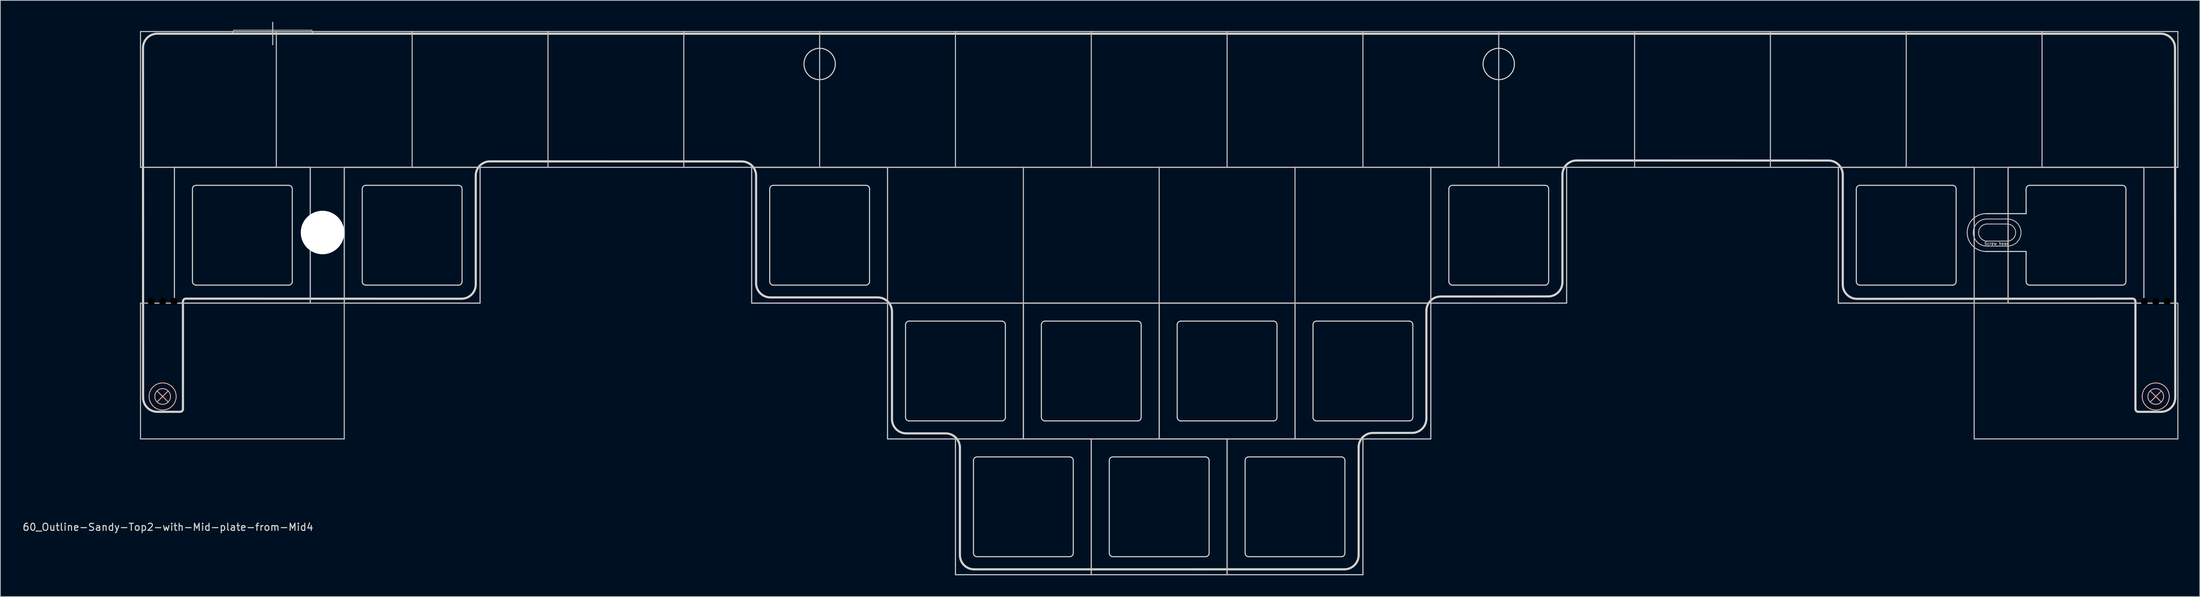
<source format=kicad_pcb>
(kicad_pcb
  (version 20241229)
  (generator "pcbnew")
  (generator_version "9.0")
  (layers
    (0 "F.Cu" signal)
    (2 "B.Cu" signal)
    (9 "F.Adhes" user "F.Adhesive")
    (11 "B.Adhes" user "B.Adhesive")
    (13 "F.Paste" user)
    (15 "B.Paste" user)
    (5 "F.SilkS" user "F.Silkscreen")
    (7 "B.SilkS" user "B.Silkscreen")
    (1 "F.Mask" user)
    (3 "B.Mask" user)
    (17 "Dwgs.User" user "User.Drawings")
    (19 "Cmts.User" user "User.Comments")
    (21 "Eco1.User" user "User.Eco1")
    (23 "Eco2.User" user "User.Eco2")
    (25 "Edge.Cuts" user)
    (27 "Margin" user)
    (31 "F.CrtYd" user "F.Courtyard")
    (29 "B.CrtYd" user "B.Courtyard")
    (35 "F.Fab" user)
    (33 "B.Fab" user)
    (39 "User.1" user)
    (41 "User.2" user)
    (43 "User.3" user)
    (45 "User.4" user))
  (footprint "60_Outline-Sandy-Top2-with-Mid-plate-from-Mid4"
    (layer "F.Cu")
    (at 159.531 39.475)
    (property "Reference" "60_Outline-Sandy-Top2-with-Mid-plate-from-Mid4" (at -139.025 31.425 0) (layer "Edge.Cuts") (effects (font (size 1 1) (thickness 0.15))))
    (attr through_hole)
    (fp_rect (start -141.43 1.072) (end -138.113 10.372) (stroke (width 1) (type solid)) (fill yes) (layer "F.Mask"))
    (fp_rect (start 141.43 1.072) (end 138.113 10.372) (stroke (width 1) (type solid)) (fill yes) (layer "F.Mask"))
    (fp_rect (start -141.43 1.072) (end -138.113 10.372) (stroke (width 1) (type solid)) (fill yes) (layer "B.Mask"))
    (fp_rect (start 141.43 1.072) (end 138.113 10.372) (stroke (width 1) (type solid)) (fill yes) (layer "B.Mask"))
    (fp_line (start -140.549 12.319) (end -138.993 13.875) (stroke (width 0.12) (type solid)) (layer "B.SilkS"))
    (fp_line (start -140.549 13.875) (end -138.993 12.319) (stroke (width 0.12) (type solid)) (layer "B.SilkS"))
    (fp_line (start 138.993 12.319) (end 140.549 13.875) (stroke (width 0.12) (type solid)) (layer "B.SilkS"))
    (fp_line (start 138.993 13.875) (end 140.549 12.319) (stroke (width 0.12) (type solid)) (layer "B.SilkS"))
    (fp_circle (center -139.771 13.097) (end -138.671 13.097) (stroke (width 0.12) (type solid)) (fill no) (layer "B.SilkS"))
    (fp_circle (center -139.771 13.097) (end -137.871 13.097) (stroke (width 0.12) (type solid)) (fill no) (layer "B.SilkS"))
    (fp_circle (center 139.771 13.097) (end 140.871 13.097) (stroke (width 0.12) (type solid)) (fill no) (layer "B.SilkS"))
    (fp_circle (center 139.771 13.097) (end 141.671 13.097) (stroke (width 0.12) (type solid)) (fill no) (layer "B.SilkS"))
    (fp_line (start -142.875 -38.1) (end -123.825 -38.1) (stroke (width 0.15) (type solid)) (layer "Dwgs.User"))
    (fp_line (start -142.875 -19.05) (end -142.875 -38.1) (stroke (width 0.15) (type solid)) (layer "Dwgs.User"))
    (fp_line (start -142.875 0) (end -114.3 0) (stroke (width 0.15) (type solid)) (layer "Dwgs.User"))
    (fp_line (start -142.875 19.05) (end -142.875 0) (stroke (width 0.15) (type solid)) (layer "Dwgs.User"))
    (fp_line (start -142.875 19.05) (end -114.3 19.05) (stroke (width 0.15) (type solid)) (layer "Dwgs.User"))
    (fp_line (start -138.113 -19.05) (end -119.062 -19.05) (stroke (width 0.15) (type solid)) (layer "Dwgs.User"))
    (fp_line (start -138.113 -19.05) (end -119.062 -19.05) (stroke (width 0.15) (type solid)) (layer "Dwgs.User"))
    (fp_line (start -138.113 0) (end -138.113 -19.05) (stroke (width 0.15) (type solid)) (layer "Dwgs.User"))
    (fp_line (start -138.113 0) (end -138.113 -19.05) (stroke (width 0.15) (type solid)) (layer "Dwgs.User"))
    (fp_line (start -129.825 -38.3) (end -118.825 -38.3) (stroke (width 0.1) (type solid)) (layer "Dwgs.User"))
    (fp_line (start -124.325 -39.4) (end -124.325 -36.25) (stroke (width 0.15) (type solid)) (layer "Dwgs.User"))
    (fp_line (start -123.825 -38.1) (end -123.825 -19.05) (stroke (width 0.15) (type solid)) (layer "Dwgs.User"))
    (fp_line (start -123.825 -38.1) (end -104.775 -38.1) (stroke (width 0.15) (type solid)) (layer "Dwgs.User"))
    (fp_line (start -123.825 -19.05) (end -142.875 -19.05) (stroke (width 0.15) (type solid)) (layer "Dwgs.User"))
    (fp_line (start -123.825 -19.05) (end -142.875 -19.05) (stroke (width 0.15) (type solid)) (layer "Dwgs.User"))
    (fp_line (start -119.062 -19.05) (end -119.062 0) (stroke (width 0.15) (type solid)) (layer "Dwgs.User"))
    (fp_line (start -119.062 -19.05) (end -119.062 0) (stroke (width 0.15) (type solid)) (layer "Dwgs.User"))
    (fp_line (start -119.062 0) (end -138.113 0) (stroke (width 0.15) (type solid)) (layer "Dwgs.User"))
    (fp_line (start -114.3 -19.05) (end -95.25 -19.05) (stroke (width 0.15) (type solid)) (layer "Dwgs.User"))
    (fp_line (start -114.3 -19.05) (end -95.25 -19.05) (stroke (width 0.15) (type solid)) (layer "Dwgs.User"))
    (fp_line (start -114.3 0) (end -114.3 -19.05) (stroke (width 0.15) (type solid)) (layer "Dwgs.User"))
    (fp_line (start -114.3 0) (end -114.3 -19.05) (stroke (width 0.15) (type solid)) (layer "Dwgs.User"))
    (fp_line (start -114.3 0) (end -114.3 19.05) (stroke (width 0.15) (type solid)) (layer "Dwgs.User"))
    (fp_line (start -104.775 -38.1) (end -85.725 -38.1) (stroke (width 0.15) (type solid)) (layer "Dwgs.User"))
    (fp_line (start -104.775 -19.05) (end -123.825 -19.05) (stroke (width 0.15) (type solid)) (layer "Dwgs.User"))
    (fp_line (start -104.775 -19.05) (end -104.775 -38.1) (stroke (width 0.15) (type solid)) (layer "Dwgs.User"))
    (fp_line (start -95.25 -19.05) (end -95.25 0) (stroke (width 0.15) (type solid)) (layer "Dwgs.User"))
    (fp_line (start -95.25 -19.05) (end -95.25 0) (stroke (width 0.15) (type solid)) (layer "Dwgs.User"))
    (fp_line (start -95.25 0) (end -114.3 0) (stroke (width 0.15) (type solid)) (layer "Dwgs.User"))
    (fp_line (start -95.25 0) (end -114.3 0) (stroke (width 0.15) (type solid)) (layer "Dwgs.User"))
    (fp_line (start -85.725 -38.1) (end -85.725 -19.05) (stroke (width 0.15) (type solid)) (layer "Dwgs.User"))
    (fp_line (start -85.725 -38.1) (end -66.675 -38.1) (stroke (width 0.15) (type solid)) (layer "Dwgs.User"))
    (fp_line (start -85.725 -19.05) (end -104.775 -19.05) (stroke (width 0.15) (type solid)) (layer "Dwgs.User"))
    (fp_line (start -66.675 -38.1) (end -66.675 -19.05) (stroke (width 0.15) (type solid)) (layer "Dwgs.User"))
    (fp_line (start -66.675 -38.1) (end -47.625 -38.1) (stroke (width 0.15) (type solid)) (layer "Dwgs.User"))
    (fp_line (start -66.675 -19.05) (end -85.725 -19.05) (stroke (width 0.15) (type solid)) (layer "Dwgs.User"))
    (fp_line (start -57.15 -19.05) (end -38.1 -19.05) (stroke (width 0.15) (type solid)) (layer "Dwgs.User"))
    (fp_line (start -57.15 -19.05) (end -38.1 -19.05) (stroke (width 0.15) (type solid)) (layer "Dwgs.User"))
    (fp_line (start -57.15 0) (end -57.15 -19.05) (stroke (width 0.15) (type solid)) (layer "Dwgs.User"))
    (fp_line (start -57.15 0) (end -57.15 -19.05) (stroke (width 0.15) (type solid)) (layer "Dwgs.User"))
    (fp_line (start -47.625 -38.1) (end -28.575 -38.1) (stroke (width 0.15) (type solid)) (layer "Dwgs.User"))
    (fp_line (start -47.625 -19.05) (end -66.675 -19.05) (stroke (width 0.15) (type solid)) (layer "Dwgs.User"))
    (fp_line (start -47.625 -19.05) (end -47.625 -38.1) (stroke (width 0.15) (type solid)) (layer "Dwgs.User"))
    (fp_line (start -38.1 -19.05) (end -38.1 0) (stroke (width 0.15) (type solid)) (layer "Dwgs.User"))
    (fp_line (start -38.1 -19.05) (end -19.05 -19.05) (stroke (width 0.15) (type solid)) (layer "Dwgs.User"))
    (fp_line (start -38.1 0) (end -57.15 0) (stroke (width 0.15) (type solid)) (layer "Dwgs.User"))
    (fp_line (start -38.1 0) (end -57.15 0) (stroke (width 0.15) (type solid)) (layer "Dwgs.User"))
    (fp_line (start -38.1 0) (end -38.1 -19.05) (stroke (width 0.15) (type solid)) (layer "Dwgs.User"))
    (fp_line (start -38.1 0) (end -19.05 0) (stroke (width 0.15) (type solid)) (layer "Dwgs.User"))
    (fp_line (start -38.1 0) (end -19.05 0) (stroke (width 0.15) (type solid)) (layer "Dwgs.User"))
    (fp_line (start -38.1 19.05) (end -38.1 0) (stroke (width 0.15) (type solid)) (layer "Dwgs.User"))
    (fp_line (start -38.1 19.05) (end -38.1 0) (stroke (width 0.15) (type solid)) (layer "Dwgs.User"))
    (fp_line (start -28.575 -38.1) (end -9.525 -38.1) (stroke (width 0.15) (type solid)) (layer "Dwgs.User"))
    (fp_line (start -28.575 -19.05) (end -47.625 -19.05) (stroke (width 0.15) (type solid)) (layer "Dwgs.User"))
    (fp_line (start -28.575 -19.05) (end -28.575 -38.1) (stroke (width 0.15) (type solid)) (layer "Dwgs.User"))
    (fp_line (start -28.575 19.05) (end -9.525 19.05) (stroke (width 0.15) (type solid)) (layer "Dwgs.User"))
    (fp_line (start -28.575 19.05) (end -9.525 19.05) (stroke (width 0.15) (type solid)) (layer "Dwgs.User"))
    (fp_line (start -28.575 38.1) (end -28.575 19.05) (stroke (width 0.15) (type solid)) (layer "Dwgs.User"))
    (fp_line (start -28.575 38.1) (end -28.575 19.05) (stroke (width 0.15) (type solid)) (layer "Dwgs.User"))
    (fp_line (start -19.05 -19.05) (end -19.05 0) (stroke (width 0.15) (type solid)) (layer "Dwgs.User"))
    (fp_line (start -19.05 -19.05) (end 0 -19.05) (stroke (width 0.15) (type solid)) (layer "Dwgs.User"))
    (fp_line (start -19.05 0) (end -38.1 0) (stroke (width 0.15) (type solid)) (layer "Dwgs.User"))
    (fp_line (start -19.05 0) (end -19.05 19.05) (stroke (width 0.15) (type solid)) (layer "Dwgs.User"))
    (fp_line (start -19.05 0) (end 0 0) (stroke (width 0.15) (type solid)) (layer "Dwgs.User"))
    (fp_line (start -19.05 0) (end 0 0) (stroke (width 0.15) (type solid)) (layer "Dwgs.User"))
    (fp_line (start -19.05 19.05) (end -38.1 19.05) (stroke (width 0.15) (type solid)) (layer "Dwgs.User"))
    (fp_line (start -19.05 19.05) (end -38.1 19.05) (stroke (width 0.15) (type solid)) (layer "Dwgs.User"))
    (fp_line (start -19.05 19.05) (end -19.05 0) (stroke (width 0.15) (type solid)) (layer "Dwgs.User"))
    (fp_line (start -19.05 19.05) (end -19.05 0) (stroke (width 0.15) (type solid)) (layer "Dwgs.User"))
    (fp_line (start -9.525 -38.1) (end 9.525 -38.1) (stroke (width 0.15) (type solid)) (layer "Dwgs.User"))
    (fp_line (start -9.525 -19.05) (end -28.575 -19.05) (stroke (width 0.15) (type solid)) (layer "Dwgs.User"))
    (fp_line (start -9.525 -19.05) (end -9.525 -38.1) (stroke (width 0.15) (type solid)) (layer "Dwgs.User"))
    (fp_line (start -9.525 19.05) (end -9.525 38.1) (stroke (width 0.15) (type solid)) (layer "Dwgs.User"))
    (fp_line (start -9.525 19.05) (end 9.525 19.05) (stroke (width 0.15) (type solid)) (layer "Dwgs.User"))
    (fp_line (start -9.525 19.05) (end 9.525 19.05) (stroke (width 0.15) (type solid)) (layer "Dwgs.User"))
    (fp_line (start -9.525 38.1) (end -28.575 38.1) (stroke (width 0.15) (type solid)) (layer "Dwgs.User"))
    (fp_line (start -9.525 38.1) (end -28.575 38.1) (stroke (width 0.15) (type solid)) (layer "Dwgs.User"))
    (fp_line (start -9.525 38.1) (end -9.525 19.05) (stroke (width 0.15) (type solid)) (layer "Dwgs.User"))
    (fp_line (start -9.525 38.1) (end -9.525 19.05) (stroke (width 0.15) (type solid)) (layer "Dwgs.User"))
    (fp_line (start 0 -19.05) (end 0 0) (stroke (width 0.15) (type solid)) (layer "Dwgs.User"))
    (fp_line (start 0 -19.05) (end 19.05 -19.05) (stroke (width 0.15) (type solid)) (layer "Dwgs.User"))
    (fp_line (start 0 0) (end -19.05 0) (stroke (width 0.15) (type solid)) (layer "Dwgs.User"))
    (fp_line (start 0 0) (end 0 19.05) (stroke (width 0.15) (type solid)) (layer "Dwgs.User"))
    (fp_line (start 0 0) (end 19.05 0) (stroke (width 0.15) (type solid)) (layer "Dwgs.User"))
    (fp_line (start 0 0) (end 19.05 0) (stroke (width 0.15) (type solid)) (layer "Dwgs.User"))
    (fp_line (start 0 19.05) (end -19.05 19.05) (stroke (width 0.15) (type solid)) (layer "Dwgs.User"))
    (fp_line (start 0 19.05) (end -19.05 19.05) (stroke (width 0.15) (type solid)) (layer "Dwgs.User"))
    (fp_line (start 0 19.05) (end 0 0) (stroke (width 0.15) (type solid)) (layer "Dwgs.User"))
    (fp_line (start 0 19.05) (end 0 0) (stroke (width 0.15) (type solid)) (layer "Dwgs.User"))
    (fp_line (start 9.525 -38.1) (end 28.575 -38.1) (stroke (width 0.15) (type solid)) (layer "Dwgs.User"))
    (fp_line (start 9.525 -19.05) (end -9.525 -19.05) (stroke (width 0.15) (type solid)) (layer "Dwgs.User"))
    (fp_line (start 9.525 -19.05) (end 9.525 -38.1) (stroke (width 0.15) (type solid)) (layer "Dwgs.User"))
    (fp_line (start 9.525 19.05) (end 9.525 38.1) (stroke (width 0.15) (type solid)) (layer "Dwgs.User"))
    (fp_line (start 9.525 19.05) (end 28.575 19.05) (stroke (width 0.15) (type solid)) (layer "Dwgs.User"))
    (fp_line (start 9.525 19.05) (end 28.575 19.05) (stroke (width 0.15) (type solid)) (layer "Dwgs.User"))
    (fp_line (start 9.525 38.1) (end -9.525 38.1) (stroke (width 0.15) (type solid)) (layer "Dwgs.User"))
    (fp_line (start 9.525 38.1) (end -9.525 38.1) (stroke (width 0.15) (type solid)) (layer "Dwgs.User"))
    (fp_line (start 9.525 38.1) (end 9.525 19.05) (stroke (width 0.15) (type solid)) (layer "Dwgs.User"))
    (fp_line (start 9.525 38.1) (end 9.525 19.05) (stroke (width 0.15) (type solid)) (layer "Dwgs.User"))
    (fp_line (start 19.05 -19.05) (end 38.1 -19.05) (stroke (width 0.15) (type solid)) (layer "Dwgs.User"))
    (fp_line (start 19.05 0) (end 0 0) (stroke (width 0.15) (type solid)) (layer "Dwgs.User"))
    (fp_line (start 19.05 0) (end 19.05 -19.05) (stroke (width 0.15) (type solid)) (layer "Dwgs.User"))
    (fp_line (start 19.05 0) (end 19.05 19.05) (stroke (width 0.15) (type solid)) (layer "Dwgs.User"))
    (fp_line (start 19.05 0) (end 38.1 0) (stroke (width 0.15) (type solid)) (layer "Dwgs.User"))
    (fp_line (start 19.05 0) (end 38.1 0) (stroke (width 0.15) (type solid)) (layer "Dwgs.User"))
    (fp_line (start 19.05 19.05) (end 0 19.05) (stroke (width 0.15) (type solid)) (layer "Dwgs.User"))
    (fp_line (start 19.05 19.05) (end 0 19.05) (stroke (width 0.15) (type solid)) (layer "Dwgs.User"))
    (fp_line (start 19.05 19.05) (end 19.05 0) (stroke (width 0.15) (type solid)) (layer "Dwgs.User"))
    (fp_line (start 19.05 19.05) (end 19.05 0) (stroke (width 0.15) (type solid)) (layer "Dwgs.User"))
    (fp_line (start 28.575 -38.1) (end 47.625 -38.1) (stroke (width 0.15) (type solid)) (layer "Dwgs.User"))
    (fp_line (start 28.575 -19.05) (end 9.525 -19.05) (stroke (width 0.15) (type solid)) (layer "Dwgs.User"))
    (fp_line (start 28.575 -19.05) (end 28.575 -38.1) (stroke (width 0.15) (type solid)) (layer "Dwgs.User"))
    (fp_line (start 28.575 19.05) (end 28.575 38.1) (stroke (width 0.15) (type solid)) (layer "Dwgs.User"))
    (fp_line (start 28.575 19.05) (end 28.575 38.1) (stroke (width 0.15) (type solid)) (layer "Dwgs.User"))
    (fp_line (start 28.575 38.1) (end 9.525 38.1) (stroke (width 0.15) (type solid)) (layer "Dwgs.User"))
    (fp_line (start 28.575 38.1) (end 9.525 38.1) (stroke (width 0.15) (type solid)) (layer "Dwgs.User"))
    (fp_line (start 38.1 -19.05) (end 38.1 0) (stroke (width 0.15) (type solid)) (layer "Dwgs.User"))
    (fp_line (start 38.1 -19.05) (end 57.15 -19.05) (stroke (width 0.15) (type solid)) (layer "Dwgs.User"))
    (fp_line (start 38.1 -19.05) (end 57.15 -19.05) (stroke (width 0.15) (type solid)) (layer "Dwgs.User"))
    (fp_line (start 38.1 0) (end 19.05 0) (stroke (width 0.15) (type solid)) (layer "Dwgs.User"))
    (fp_line (start 38.1 0) (end 38.1 -19.05) (stroke (width 0.15) (type solid)) (layer "Dwgs.User"))
    (fp_line (start 38.1 0) (end 38.1 19.05) (stroke (width 0.15) (type solid)) (layer "Dwgs.User"))
    (fp_line (start 38.1 0) (end 38.1 19.05) (stroke (width 0.15) (type solid)) (layer "Dwgs.User"))
    (fp_line (start 38.1 19.05) (end 19.05 19.05) (stroke (width 0.15) (type solid)) (layer "Dwgs.User"))
    (fp_line (start 38.1 19.05) (end 19.05 19.05) (stroke (width 0.15) (type solid)) (layer "Dwgs.User"))
    (fp_line (start 47.625 -38.1) (end 66.675 -38.1) (stroke (width 0.15) (type solid)) (layer "Dwgs.User"))
    (fp_line (start 47.625 -19.05) (end 28.575 -19.05) (stroke (width 0.15) (type solid)) (layer "Dwgs.User"))
    (fp_line (start 47.625 -19.05) (end 47.625 -38.1) (stroke (width 0.15) (type solid)) (layer "Dwgs.User"))
    (fp_line (start 57.15 -19.05) (end 57.15 0) (stroke (width 0.15) (type solid)) (layer "Dwgs.User"))
    (fp_line (start 57.15 -19.05) (end 57.15 0) (stroke (width 0.15) (type solid)) (layer "Dwgs.User"))
    (fp_line (start 57.15 0) (end 38.1 0) (stroke (width 0.15) (type solid)) (layer "Dwgs.User"))
    (fp_line (start 57.15 0) (end 38.1 0) (stroke (width 0.15) (type solid)) (layer "Dwgs.User"))
    (fp_line (start 66.675 -38.1) (end 85.725 -38.1) (stroke (width 0.15) (type solid)) (layer "Dwgs.User"))
    (fp_line (start 66.675 -19.05) (end 47.625 -19.05) (stroke (width 0.15) (type solid)) (layer "Dwgs.User"))
    (fp_line (start 66.675 -19.05) (end 66.675 -38.1) (stroke (width 0.15) (type solid)) (layer "Dwgs.User"))
    (fp_line (start 85.725 -38.1) (end 85.725 -19.05) (stroke (width 0.15) (type solid)) (layer "Dwgs.User"))
    (fp_line (start 85.725 -38.1) (end 104.775 -38.1) (stroke (width 0.15) (type solid)) (layer "Dwgs.User"))
    (fp_line (start 85.725 -19.05) (end 66.675 -19.05) (stroke (width 0.15) (type solid)) (layer "Dwgs.User"))
    (fp_line (start 95.25 -19.05) (end 114.3 -19.05) (stroke (width 0.15) (type solid)) (layer "Dwgs.User"))
    (fp_line (start 95.25 -19.05) (end 114.3 -19.05) (stroke (width 0.15) (type solid)) (layer "Dwgs.User"))
    (fp_line (start 95.25 0) (end 95.25 -19.05) (stroke (width 0.15) (type solid)) (layer "Dwgs.User"))
    (fp_line (start 95.25 0) (end 95.25 -19.05) (stroke (width 0.15) (type solid)) (layer "Dwgs.User"))
    (fp_line (start 104.775 -38.1) (end 104.775 -19.05) (stroke (width 0.15) (type solid)) (layer "Dwgs.User"))
    (fp_line (start 104.775 -38.1) (end 123.825 -38.1) (stroke (width 0.15) (type solid)) (layer "Dwgs.User"))
    (fp_line (start 104.775 -19.05) (end 85.725 -19.05) (stroke (width 0.15) (type solid)) (layer "Dwgs.User"))
    (fp_line (start 114.3 -19.05) (end 114.3 0) (stroke (width 0.15) (type solid)) (layer "Dwgs.User"))
    (fp_line (start 114.3 -19.05) (end 114.3 0) (stroke (width 0.15) (type solid)) (layer "Dwgs.User"))
    (fp_line (start 114.3 0) (end 95.25 0) (stroke (width 0.15) (type solid)) (layer "Dwgs.User"))
    (fp_line (start 114.3 0) (end 95.25 0) (stroke (width 0.15) (type solid)) (layer "Dwgs.User"))
    (fp_line (start 114.3 0) (end 142.875 0) (stroke (width 0.15) (type solid)) (layer "Dwgs.User"))
    (fp_line (start 114.3 19.05) (end 114.3 0) (stroke (width 0.15) (type solid)) (layer "Dwgs.User"))
    (fp_line (start 114.3 19.05) (end 142.875 19.05) (stroke (width 0.15) (type solid)) (layer "Dwgs.User"))
    (fp_line (start 116.075 -11.8) (end 118.975 -11.8) (stroke (width 0.12) (type solid)) (layer "Dwgs.User"))
    (fp_line (start 116.075 -8) (end 118.975 -8) (stroke (width 0.12) (type solid)) (layer "Dwgs.User"))
    (fp_line (start 116.123 -11.099) (end 118.923 -11.099) (stroke (width 0.12) (type solid)) (layer "Dwgs.User"))
    (fp_line (start 118.923 -8.699) (end 116.123 -8.699) (stroke (width 0.12) (type solid)) (layer "Dwgs.User"))
    (fp_line (start 119.062 -19.05) (end 138.113 -19.05) (stroke (width 0.15) (type solid)) (layer "Dwgs.User"))
    (fp_line (start 119.062 -19.05) (end 138.113 -19.05) (stroke (width 0.15) (type solid)) (layer "Dwgs.User"))
    (fp_line (start 119.062 0) (end 119.062 -19.05) (stroke (width 0.15) (type solid)) (layer "Dwgs.User"))
    (fp_line (start 119.062 0) (end 119.062 -19.05) (stroke (width 0.15) (type solid)) (layer "Dwgs.User"))
    (fp_line (start 123.825 -38.1) (end 123.825 -19.05) (stroke (width 0.15) (type solid)) (layer "Dwgs.User"))
    (fp_line (start 123.825 -38.1) (end 142.875 -38.1) (stroke (width 0.15) (type solid)) (layer "Dwgs.User"))
    (fp_line (start 123.825 -19.05) (end 104.775 -19.05) (stroke (width 0.15) (type solid)) (layer "Dwgs.User"))
    (fp_line (start 138.113 -19.05) (end 138.113 0) (stroke (width 0.15) (type solid)) (layer "Dwgs.User"))
    (fp_line (start 138.113 -19.05) (end 138.113 0) (stroke (width 0.15) (type solid)) (layer "Dwgs.User"))
    (fp_line (start 138.113 0) (end 119.062 0) (stroke (width 0.15) (type solid)) (layer "Dwgs.User"))
    (fp_line (start 142.875 -38.1) (end 142.875 -19.05) (stroke (width 0.15) (type solid)) (layer "Dwgs.User"))
    (fp_line (start 142.875 -19.05) (end 123.825 -19.05) (stroke (width 0.15) (type solid)) (layer "Dwgs.User"))
    (fp_line (start 142.875 0) (end 142.875 19.05) (stroke (width 0.15) (type solid)) (layer "Dwgs.User"))
    (fp_arc (start -129.825 -38.30004) (mid -129.971447 -37.946487) (end -130.325 -37.80004) (stroke (width 0.1) (type solid)) (layer "Dwgs.User"))
    (fp_arc (start -118.325 -37.80004) (mid -118.678553 -37.946487) (end -118.825 -38.30004) (stroke (width 0.1) (type solid)) (layer "Dwgs.User"))
    (fp_arc (start 114.175 -9.90004) (mid 114.731494 -11.243549) (end 116.075 -11.80004) (stroke (width 0.12) (type solid)) (layer "Dwgs.User"))
    (fp_arc (start 114.923491 -9.898554) (mid 115.274993 -10.747053) (end 116.123491 -11.098554) (stroke (width 0.12) (type solid)) (layer "Dwgs.User"))
    (fp_arc (start 116.075 -8.00004) (mid 114.731464 -8.556507) (end 114.175 -9.90004) (stroke (width 0.12) (type solid)) (layer "Dwgs.User"))
    (fp_arc (start 116.123491 -8.698554) (mid 115.274999 -9.050059) (end 114.923491 -9.898554) (stroke (width 0.12) (type solid)) (layer "Dwgs.User"))
    (fp_arc (start 118.923491 -11.098554) (mid 119.772056 -10.747115) (end 120.123491 -9.898554) (stroke (width 0.12) (type solid)) (layer "Dwgs.User"))
    (fp_arc (start 118.975 -11.80004) (mid 120.31847 -11.243513) (end 120.875 -9.90004) (stroke (width 0.12) (type solid)) (layer "Dwgs.User"))
    (fp_arc (start 120.123491 -9.898554) (mid 119.772049 -9.049997) (end 118.923491 -8.698554) (stroke (width 0.12) (type solid)) (layer "Dwgs.User"))
    (fp_arc (start 120.875 -9.90004) (mid 120.318499 -8.556544) (end 118.975 -8.00004) (stroke (width 0.12) (type solid)) (layer "Dwgs.User"))
    (fp_circle (center -117.325 -9.9) (end -116.025 -9.9) (stroke (width 0.15) (type solid)) (fill no) (layer "Eco1.User"))
    (fp_circle (center -117.325 -9.9) (end -114.925 -9.9) (stroke (width 0.15) (type solid)) (fill no) (layer "Eco1.User"))
    (fp_line (start -142.511 13.25) (end -142.525 -35.8) (stroke (width 0.3) (type solid)) (layer "Edge.Cuts"))
    (fp_line (start -140.511 15.25) (end -137.322 15.25) (stroke (width 0.3) (type solid)) (layer "Edge.Cuts"))
    (fp_line (start -136.922 -0.228) (end -136.922 14.85) (stroke (width 0.3) (type solid)) (layer "Edge.Cuts"))
    (fp_line (start -136.522 -0.628) (end -97.855 -0.614) (stroke (width 0.3) (type solid)) (layer "Edge.Cuts"))
    (fp_line (start -135.588 -16.025) (end -135.588 -3.025) (stroke (width 0.15) (type solid)) (layer "Edge.Cuts"))
    (fp_line (start -135.088 -16.525) (end -122.088 -16.525) (stroke (width 0.15) (type solid)) (layer "Edge.Cuts"))
    (fp_line (start -135.088 -2.525) (end -122.088 -2.525) (stroke (width 0.15) (type solid)) (layer "Edge.Cuts"))
    (fp_line (start -121.588 -3.025) (end -121.588 -16.025) (stroke (width 0.15) (type solid)) (layer "Edge.Cuts"))
    (fp_line (start -111.775 -16.025) (end -111.775 -3.025) (stroke (width 0.15) (type solid)) (layer "Edge.Cuts"))
    (fp_line (start -111.275 -16.525) (end -98.275 -16.525) (stroke (width 0.15) (type solid)) (layer "Edge.Cuts"))
    (fp_line (start -111.275 -2.525) (end -98.275 -2.525) (stroke (width 0.15) (type solid)) (layer "Edge.Cuts"))
    (fp_line (start -97.775 -3.025) (end -97.775 -16.025) (stroke (width 0.15) (type solid)) (layer "Edge.Cuts"))
    (fp_line (start -95.855 -2.614) (end -95.855 -17.886) (stroke (width 0.3) (type solid)) (layer "Edge.Cuts"))
    (fp_line (start -93.855 -19.886) (end -58.535 -19.875) (stroke (width 0.3) (type solid)) (layer "Edge.Cuts"))
    (fp_line (start -56.535 -2.8) (end -56.535 -17.875) (stroke (width 0.3) (type solid)) (layer "Edge.Cuts"))
    (fp_line (start -54.625 -16.025) (end -54.625 -3.025) (stroke (width 0.15) (type solid)) (layer "Edge.Cuts"))
    (fp_line (start -54.535 -0.8) (end -39.475 -0.8) (stroke (width 0.3) (type solid)) (layer "Edge.Cuts"))
    (fp_line (start -54.125 -16.525) (end -41.125 -16.525) (stroke (width 0.15) (type solid)) (layer "Edge.Cuts"))
    (fp_line (start -54.125 -2.525) (end -41.125 -2.525) (stroke (width 0.15) (type solid)) (layer "Edge.Cuts"))
    (fp_line (start -40.625 -3.025) (end -40.625 -16.025) (stroke (width 0.15) (type solid)) (layer "Edge.Cuts"))
    (fp_line (start -37.475 16.275) (end -37.475 1.2) (stroke (width 0.3) (type solid)) (layer "Edge.Cuts"))
    (fp_line (start -35.575 3.025) (end -35.575 16.025) (stroke (width 0.15) (type solid)) (layer "Edge.Cuts"))
    (fp_line (start -35.475 18.275) (end -29.95 18.275) (stroke (width 0.3) (type solid)) (layer "Edge.Cuts"))
    (fp_line (start -35.075 2.525) (end -22.075 2.525) (stroke (width 0.15) (type solid)) (layer "Edge.Cuts"))
    (fp_line (start -35.075 16.525) (end -22.075 16.525) (stroke (width 0.15) (type solid)) (layer "Edge.Cuts"))
    (fp_line (start -27.95 35.35) (end -27.95 20.275) (stroke (width 0.3) (type solid)) (layer "Edge.Cuts"))
    (fp_line (start -26.05 22.075) (end -26.05 35.075) (stroke (width 0.15) (type solid)) (layer "Edge.Cuts"))
    (fp_line (start -25.95 37.35) (end 25.975 37.346) (stroke (width 0.3) (type solid)) (layer "Edge.Cuts"))
    (fp_line (start -25.55 21.575) (end -12.55 21.575) (stroke (width 0.15) (type solid)) (layer "Edge.Cuts"))
    (fp_line (start -25.55 35.575) (end -12.55 35.575) (stroke (width 0.15) (type solid)) (layer "Edge.Cuts"))
    (fp_line (start -21.575 16.025) (end -21.575 3.025) (stroke (width 0.15) (type solid)) (layer "Edge.Cuts"))
    (fp_line (start -16.525 3.025) (end -16.525 16.025) (stroke (width 0.15) (type solid)) (layer "Edge.Cuts"))
    (fp_line (start -16.025 2.525) (end -3.025 2.525) (stroke (width 0.15) (type solid)) (layer "Edge.Cuts"))
    (fp_line (start -16.025 16.525) (end -3.025 16.525) (stroke (width 0.15) (type solid)) (layer "Edge.Cuts"))
    (fp_line (start -12.05 35.075) (end -12.05 22.075) (stroke (width 0.15) (type solid)) (layer "Edge.Cuts"))
    (fp_line (start -7 22.075) (end -7 35.075) (stroke (width 0.15) (type solid)) (layer "Edge.Cuts"))
    (fp_line (start -6.5 21.575) (end 6.5 21.575) (stroke (width 0.15) (type solid)) (layer "Edge.Cuts"))
    (fp_line (start -6.5 35.575) (end 6.5 35.575) (stroke (width 0.15) (type solid)) (layer "Edge.Cuts"))
    (fp_line (start -2.525 16.025) (end -2.525 3.025) (stroke (width 0.15) (type solid)) (layer "Edge.Cuts"))
    (fp_line (start 2.525 3.025) (end 2.525 16.025) (stroke (width 0.15) (type solid)) (layer "Edge.Cuts"))
    (fp_line (start 3.025 2.525) (end 16.025 2.525) (stroke (width 0.15) (type solid)) (layer "Edge.Cuts"))
    (fp_line (start 3.025 16.525) (end 16.025 16.525) (stroke (width 0.15) (type solid)) (layer "Edge.Cuts"))
    (fp_line (start 7 35.075) (end 7 22.075) (stroke (width 0.15) (type solid)) (layer "Edge.Cuts"))
    (fp_line (start 12.05 22.075) (end 12.05 35.075) (stroke (width 0.15) (type solid)) (layer "Edge.Cuts"))
    (fp_line (start 12.55 21.575) (end 25.55 21.575) (stroke (width 0.15) (type solid)) (layer "Edge.Cuts"))
    (fp_line (start 12.55 35.575) (end 25.55 35.575) (stroke (width 0.15) (type solid)) (layer "Edge.Cuts"))
    (fp_line (start 16.525 16.025) (end 16.525 3.025) (stroke (width 0.15) (type solid)) (layer "Edge.Cuts"))
    (fp_line (start 21.575 3.025) (end 21.575 16.025) (stroke (width 0.15) (type solid)) (layer "Edge.Cuts"))
    (fp_line (start 22.075 2.525) (end 35.075 2.525) (stroke (width 0.15) (type solid)) (layer "Edge.Cuts"))
    (fp_line (start 22.075 16.525) (end 35.075 16.525) (stroke (width 0.15) (type solid)) (layer "Edge.Cuts"))
    (fp_line (start 26.05 35.075) (end 26.05 22.075) (stroke (width 0.15) (type solid)) (layer "Edge.Cuts"))
    (fp_line (start 27.975 35.346) (end 27.975 20.214) (stroke (width 0.3) (type solid)) (layer "Edge.Cuts"))
    (fp_line (start 29.975 18.214) (end 35.475 18.204) (stroke (width 0.3) (type solid)) (layer "Edge.Cuts"))
    (fp_line (start 35.575 16.025) (end 35.575 3.025) (stroke (width 0.15) (type solid)) (layer "Edge.Cuts"))
    (fp_line (start 37.475 16.204) (end 37.475 1.073) (stroke (width 0.3) (type solid)) (layer "Edge.Cuts"))
    (fp_line (start 39.475 -0.927) (end 54.555 -0.937) (stroke (width 0.3) (type solid)) (layer "Edge.Cuts"))
    (fp_line (start 40.625 -16.025) (end 40.625 -3.025) (stroke (width 0.15) (type solid)) (layer "Edge.Cuts"))
    (fp_line (start 41.125 -16.525) (end 54.125 -16.525) (stroke (width 0.15) (type solid)) (layer "Edge.Cuts"))
    (fp_line (start 41.125 -2.525) (end 54.125 -2.525) (stroke (width 0.15) (type solid)) (layer "Edge.Cuts"))
    (fp_line (start 54.625 -3.025) (end 54.625 -16.025) (stroke (width 0.15) (type solid)) (layer "Edge.Cuts"))
    (fp_line (start 56.555 -2.937) (end 56.555 -18.012) (stroke (width 0.3) (type solid)) (layer "Edge.Cuts"))
    (fp_line (start 58.555 -20.012) (end 93.875 -20.002) (stroke (width 0.3) (type solid)) (layer "Edge.Cuts"))
    (fp_line (start 95.875 -2.6) (end 95.875 -18.002) (stroke (width 0.3) (type solid)) (layer "Edge.Cuts"))
    (fp_line (start 97.775 -16.025) (end 97.775 -3.025) (stroke (width 0.15) (type solid)) (layer "Edge.Cuts"))
    (fp_line (start 98.275 -16.525) (end 111.275 -16.525) (stroke (width 0.15) (type solid)) (layer "Edge.Cuts"))
    (fp_line (start 98.275 -2.525) (end 111.275 -2.525) (stroke (width 0.15) (type solid)) (layer "Edge.Cuts"))
    (fp_line (start 111.775 -3.025) (end 111.775 -16.025) (stroke (width 0.15) (type solid)) (layer "Edge.Cuts"))
    (fp_line (start 115.875 -7.248) (end 121.588 -7.248) (stroke (width 0.15) (type solid)) (layer "Edge.Cuts"))
    (fp_line (start 115.975 -12.55) (end 121.588 -12.55) (stroke (width 0.15) (type solid)) (layer "Edge.Cuts"))
    (fp_line (start 121.588 -16.025) (end 121.588 -12.55) (stroke (width 0.15) (type solid)) (layer "Edge.Cuts"))
    (fp_line (start 121.588 -7.248) (end 121.588 -3.025) (stroke (width 0.15) (type solid)) (layer "Edge.Cuts"))
    (fp_line (start 122.088 -16.525) (end 135.088 -16.525) (stroke (width 0.15) (type solid)) (layer "Edge.Cuts"))
    (fp_line (start 122.088 -2.525) (end 135.088 -2.525) (stroke (width 0.15) (type solid)) (layer "Edge.Cuts"))
    (fp_line (start 135.588 -3.025) (end 135.588 -16.025) (stroke (width 0.15) (type solid)) (layer "Edge.Cuts"))
    (fp_line (start 136.522 -0.628) (end 97.875 -0.6) (stroke (width 0.3) (type solid)) (layer "Edge.Cuts"))
    (fp_line (start 136.922 -0.228) (end 136.922 14.85) (stroke (width 0.3) (type solid)) (layer "Edge.Cuts"))
    (fp_line (start 140.475 -37.8) (end -140.525 -37.8) (stroke (width 0.3) (type solid)) (layer "Edge.Cuts"))
    (fp_line (start 140.511 15.25) (end 137.322 15.25) (stroke (width 0.3) (type solid)) (layer "Edge.Cuts"))
    (fp_line (start 142.511 13.25) (end 142.475 -35.8) (stroke (width 0.3) (type solid)) (layer "Edge.Cuts"))
    (fp_arc (start -142.525 -35.80004) (mid -141.939214 -37.214254) (end -140.525 -37.80004) (stroke (width 0.3) (type solid)) (layer "Edge.Cuts"))
    (fp_arc (start -140.510786 15.249657) (mid -141.925 14.663871) (end -142.510786 13.249657) (stroke (width 0.3) (type solid)) (layer "Edge.Cuts"))
    (fp_arc (start -136.921875 -0.228468) (mid -136.804718 -0.511311) (end -136.521875 -0.628468) (stroke (width 0.3) (type solid)) (layer "Edge.Cuts"))
    (fp_arc (start -136.921875 14.849657) (mid -137.039032 15.1325) (end -137.321875 15.249657) (stroke (width 0.3) (type solid)) (layer "Edge.Cuts"))
    (fp_arc (start -135.5875 -16.025) (mid -135.441053 -16.378553) (end -135.0875 -16.525) (stroke (width 0.15) (type solid)) (layer "Edge.Cuts"))
    (fp_arc (start -135.0875 -2.525) (mid -135.441053 -2.671447) (end -135.5875 -3.025) (stroke (width 0.15) (type solid)) (layer "Edge.Cuts"))
    (fp_arc (start -122.0875 -16.525) (mid -121.733947 -16.378553) (end -121.5875 -16.025) (stroke (width 0.15) (type solid)) (layer "Edge.Cuts"))
    (fp_arc (start -121.5875 -3.025) (mid -121.733947 -2.671447) (end -122.0875 -2.525) (stroke (width 0.15) (type solid)) (layer "Edge.Cuts"))
    (fp_arc (start -111.775 -16.025) (mid -111.628553 -16.378553) (end -111.275 -16.525) (stroke (width 0.15) (type solid)) (layer "Edge.Cuts"))
    (fp_arc (start -111.275 -2.525) (mid -111.628553 -2.671447) (end -111.775 -3.025) (stroke (width 0.15) (type solid)) (layer "Edge.Cuts"))
    (fp_arc (start -98.275 -16.525) (mid -97.921447 -16.378553) (end -97.775 -16.025) (stroke (width 0.15) (type solid)) (layer "Edge.Cuts"))
    (fp_arc (start -97.775 -3.025) (mid -97.921447 -2.671447) (end -98.275 -2.525) (stroke (width 0.15) (type solid)) (layer "Edge.Cuts"))
    (fp_arc (start -95.855 -17.885826) (mid -95.269214 -19.30004) (end -93.855 -19.885826) (stroke (width 0.3) (type solid)) (layer "Edge.Cuts"))
    (fp_arc (start -95.855 -2.614254) (mid -96.440786 -1.20004) (end -97.855 -0.614254) (stroke (width 0.3) (type solid)) (layer "Edge.Cuts"))
    (fp_arc (start -58.535 -19.87504) (mid -57.120786 -19.289254) (end -56.535 -17.87504) (stroke (width 0.3) (type solid)) (layer "Edge.Cuts"))
    (fp_arc (start -54.625 -16.025) (mid -54.478553 -16.378553) (end -54.125 -16.525) (stroke (width 0.15) (type solid)) (layer "Edge.Cuts"))
    (fp_arc (start -54.535 -0.80004) (mid -55.949214 -1.385826) (end -56.535 -2.80004) (stroke (width 0.3) (type solid)) (layer "Edge.Cuts"))
    (fp_arc (start -54.125 -2.525) (mid -54.478553 -2.671447) (end -54.625 -3.025) (stroke (width 0.15) (type solid)) (layer "Edge.Cuts"))
    (fp_arc (start -41.125 -16.525) (mid -40.771447 -16.378553) (end -40.625 -16.025) (stroke (width 0.15) (type solid)) (layer "Edge.Cuts"))
    (fp_arc (start -40.625 -3.025) (mid -40.771447 -2.671447) (end -41.125 -2.525) (stroke (width 0.15) (type solid)) (layer "Edge.Cuts"))
    (fp_arc (start -39.475 -0.80004) (mid -38.060786 -0.214254) (end -37.475 1.19996) (stroke (width 0.3) (type solid)) (layer "Edge.Cuts"))
    (fp_arc (start -35.575 3.025) (mid -35.428553 2.671447) (end -35.075 2.525) (stroke (width 0.15) (type solid)) (layer "Edge.Cuts"))
    (fp_arc (start -35.475 18.27496) (mid -36.889214 17.689174) (end -37.475 16.27496) (stroke (width 0.3) (type solid)) (layer "Edge.Cuts"))
    (fp_arc (start -35.075 16.525) (mid -35.428553 16.378553) (end -35.575 16.025) (stroke (width 0.15) (type solid)) (layer "Edge.Cuts"))
    (fp_arc (start -29.95 18.27496) (mid -28.535786 18.860746) (end -27.95 20.27496) (stroke (width 0.3) (type solid)) (layer "Edge.Cuts"))
    (fp_arc (start -26.05 22.075) (mid -25.903553 21.721447) (end -25.55 21.575) (stroke (width 0.15) (type solid)) (layer "Edge.Cuts"))
    (fp_arc (start -25.95 37.34996) (mid -27.364214 36.764174) (end -27.95 35.34996) (stroke (width 0.3) (type solid)) (layer "Edge.Cuts"))
    (fp_arc (start -25.55 35.575) (mid -25.903553 35.428553) (end -26.05 35.075) (stroke (width 0.15) (type solid)) (layer "Edge.Cuts"))
    (fp_arc (start -22.075 2.525) (mid -21.721447 2.671447) (end -21.575 3.025) (stroke (width 0.15) (type solid)) (layer "Edge.Cuts"))
    (fp_arc (start -21.575 16.025) (mid -21.721447 16.378553) (end -22.075 16.525) (stroke (width 0.15) (type solid)) (layer "Edge.Cuts"))
    (fp_arc (start -16.525 3.025) (mid -16.378553 2.671447) (end -16.025 2.525) (stroke (width 0.15) (type solid)) (layer "Edge.Cuts"))
    (fp_arc (start -16.025 16.525) (mid -16.378553 16.378553) (end -16.525 16.025) (stroke (width 0.15) (type solid)) (layer "Edge.Cuts"))
    (fp_arc (start -12.55 21.575) (mid -12.196447 21.721447) (end -12.05 22.075) (stroke (width 0.15) (type solid)) (layer "Edge.Cuts"))
    (fp_arc (start -12.05 35.075) (mid -12.196447 35.428553) (end -12.55 35.575) (stroke (width 0.15) (type solid)) (layer "Edge.Cuts"))
    (fp_arc (start -7 22.075) (mid -6.853553 21.721447) (end -6.5 21.575) (stroke (width 0.15) (type solid)) (layer "Edge.Cuts"))
    (fp_arc (start -6.5 35.575) (mid -6.853553 35.428553) (end -7 35.075) (stroke (width 0.15) (type solid)) (layer "Edge.Cuts"))
    (fp_arc (start -3.025 2.525) (mid -2.671447 2.671447) (end -2.525 3.025) (stroke (width 0.15) (type solid)) (layer "Edge.Cuts"))
    (fp_arc (start -2.525 16.025) (mid -2.671447 16.378553) (end -3.025 16.525) (stroke (width 0.15) (type solid)) (layer "Edge.Cuts"))
    (fp_arc (start 2.525 3.025) (mid 2.671447 2.671447) (end 3.025 2.525) (stroke (width 0.15) (type solid)) (layer "Edge.Cuts"))
    (fp_arc (start 3.025 16.525) (mid 2.671447 16.378553) (end 2.525 16.025) (stroke (width 0.15) (type solid)) (layer "Edge.Cuts"))
    (fp_arc (start 6.5 21.575) (mid 6.853553 21.721447) (end 7 22.075) (stroke (width 0.15) (type solid)) (layer "Edge.Cuts"))
    (fp_arc (start 7 35.075) (mid 6.853553 35.428553) (end 6.5 35.575) (stroke (width 0.15) (type solid)) (layer "Edge.Cuts"))
    (fp_arc (start 12.05 22.075) (mid 12.196447 21.721447) (end 12.55 21.575) (stroke (width 0.15) (type solid)) (layer "Edge.Cuts"))
    (fp_arc (start 12.55 35.575) (mid 12.196447 35.428553) (end 12.05 35.075) (stroke (width 0.15) (type solid)) (layer "Edge.Cuts"))
    (fp_arc (start 16.025 2.525) (mid 16.378553 2.671447) (end 16.525 3.025) (stroke (width 0.15) (type solid)) (layer "Edge.Cuts"))
    (fp_arc (start 16.525 16.025) (mid 16.378553 16.378553) (end 16.025 16.525) (stroke (width 0.15) (type solid)) (layer "Edge.Cuts"))
    (fp_arc (start 21.575 3.025) (mid 21.721447 2.671447) (end 22.075 2.525) (stroke (width 0.15) (type solid)) (layer "Edge.Cuts"))
    (fp_arc (start 22.075 16.525) (mid 21.721447 16.378553) (end 21.575 16.025) (stroke (width 0.15) (type solid)) (layer "Edge.Cuts"))
    (fp_arc (start 25.55 21.575) (mid 25.903553 21.721447) (end 26.05 22.075) (stroke (width 0.15) (type solid)) (layer "Edge.Cuts"))
    (fp_arc (start 26.05 35.075) (mid 25.903553 35.428553) (end 25.55 35.575) (stroke (width 0.15) (type solid)) (layer "Edge.Cuts"))
    (fp_arc (start 27.975 20.214174) (mid 28.560767 18.79994) (end 29.975 18.214174) (stroke (width 0.3) (type solid)) (layer "Edge.Cuts"))
    (fp_arc (start 27.975 35.345746) (mid 27.389238 36.759986) (end 25.975 37.345746) (stroke (width 0.3) (type solid)) (layer "Edge.Cuts"))
    (fp_arc (start 35.075 2.525) (mid 35.428553 2.671447) (end 35.575 3.025) (stroke (width 0.15) (type solid)) (layer "Edge.Cuts"))
    (fp_arc (start 35.575 16.025) (mid 35.428553 16.378553) (end 35.075 16.525) (stroke (width 0.15) (type solid)) (layer "Edge.Cuts"))
    (fp_arc (start 37.475 1.072602) (mid 38.060783 -0.341616) (end 39.475 -0.927398) (stroke (width 0.3) (type solid)) (layer "Edge.Cuts"))
    (fp_arc (start 37.475 16.204174) (mid 36.889195 17.618371) (end 35.475 18.204174) (stroke (width 0.3) (type solid)) (layer "Edge.Cuts"))
    (fp_arc (start 40.625 -16.025) (mid 40.771447 -16.378553) (end 41.125 -16.525) (stroke (width 0.15) (type solid)) (layer "Edge.Cuts"))
    (fp_arc (start 41.125 -2.525) (mid 40.771447 -2.671447) (end 40.625 -3.025) (stroke (width 0.15) (type solid)) (layer "Edge.Cuts"))
    (fp_arc (start 54.125 -16.525) (mid 54.478553 -16.378553) (end 54.625 -16.025) (stroke (width 0.15) (type solid)) (layer "Edge.Cuts"))
    (fp_arc (start 54.625 -3.025) (mid 54.478553 -2.671447) (end 54.125 -2.525) (stroke (width 0.15) (type solid)) (layer "Edge.Cuts"))
    (fp_arc (start 56.555 -18.012398) (mid 57.140797 -19.426616) (end 58.555 -20.012398) (stroke (width 0.3) (type solid)) (layer "Edge.Cuts"))
    (fp_arc (start 56.555 -2.937398) (mid 55.969224 -1.523189) (end 54.555 -0.937398) (stroke (width 0.3) (type solid)) (layer "Edge.Cuts"))
    (fp_arc (start 93.875 -20.001612) (mid 95.289265 -19.415859) (end 95.875 -18.001612) (stroke (width 0.3) (type solid)) (layer "Edge.Cuts"))
    (fp_arc (start 97.775 -16.025) (mid 97.921447 -16.378553) (end 98.275 -16.525) (stroke (width 0.15) (type solid)) (layer "Edge.Cuts"))
    (fp_arc (start 97.875 -0.60004) (mid 96.460754 -1.185797) (end 95.875 -2.60004) (stroke (width 0.3) (type solid)) (layer "Edge.Cuts"))
    (fp_arc (start 98.275 -2.525) (mid 97.921447 -2.671447) (end 97.775 -3.025) (stroke (width 0.15) (type solid)) (layer "Edge.Cuts"))
    (fp_arc (start 111.275 -16.525) (mid 111.628553 -16.378553) (end 111.775 -16.025) (stroke (width 0.15) (type solid)) (layer "Edge.Cuts"))
    (fp_arc (start 111.775 -3.025) (mid 111.628553 -2.671447) (end 111.275 -2.525) (stroke (width 0.15) (type solid)) (layer "Edge.Cuts"))
    (fp_arc (start 115.875 -7.2485) (mid 113.323585 -9.948509) (end 115.975 -12.550386) (stroke (width 0.12) (type default)) (layer "Edge.Cuts"))
    (fp_arc (start 121.5875 -16.025) (mid 121.733947 -16.378553) (end 122.0875 -16.525) (stroke (width 0.15) (type solid)) (layer "Edge.Cuts"))
    (fp_arc (start 122.0875 -2.525) (mid 121.733947 -2.671447) (end 121.5875 -3.025) (stroke (width 0.15) (type solid)) (layer "Edge.Cuts"))
    (fp_arc (start 135.0875 -16.525) (mid 135.441053 -16.378553) (end 135.5875 -16.025) (stroke (width 0.15) (type solid)) (layer "Edge.Cuts"))
    (fp_arc (start 135.5875 -3.025) (mid 135.441053 -2.671447) (end 135.0875 -2.525) (stroke (width 0.15) (type solid)) (layer "Edge.Cuts"))
    (fp_arc (start 136.521875 -0.628468) (mid 136.804683 -0.511296) (end 136.921875 -0.228468) (stroke (width 0.3) (type solid)) (layer "Edge.Cuts"))
    (fp_arc (start 137.321875 15.249657) (mid 137.038989 15.132516) (end 136.921875 14.849657) (stroke (width 0.3) (type solid)) (layer "Edge.Cuts"))
    (fp_arc (start 140.475 -37.80004) (mid 141.889181 -37.214224) (end 142.475 -35.80004) (stroke (width 0.3) (type solid)) (layer "Edge.Cuts"))
    (fp_arc (start 142.510786 13.249657) (mid 141.925 14.663871) (end 140.510786 15.249657) (stroke (width 0.3) (type solid)) (layer "Edge.Cuts"))
    (fp_circle (center -47.625 -33.55) (end -45.425 -33.55) (stroke (width 0.15) (type solid)) (fill no) (layer "Edge.Cuts"))
    (fp_circle (center 47.625 -33.55) (end 49.825 -33.55) (stroke (width 0.15) (type solid)) (fill no) (layer "Edge.Cuts"))
    (fp_text user "Screw head" (at 117.475 -8.35 0) (layer "Dwgs.User") (effects (font (size 0.4 0.4) (thickness 0.08))))
    (pad "" np_thru_hole circle (at -141.371 -0.228) (size 1 1) (drill 1) (layers "*.Mask"))
    (pad "" np_thru_hole circle (at -139.771 -0.228) (size 1 1) (drill 1) (layers "*.Mask"))
    (pad "" np_thru_hole circle (at -138.171 -0.228) (size 1 1) (drill 1) (layers "*.Mask"))
    (pad "" np_thru_hole circle (at -117.348 -9.906) (size 6.096 6.096) (drill 6.096) (layers "*.Cu" "*.Mask"))
    (pad "" np_thru_hole circle (at 138.171 -0.228) (size 1 1) (drill 1) (layers "*.Mask"))
    (pad "" np_thru_hole circle (at 139.771 -0.228) (size 1 1) (drill 1) (layers "*.Mask"))
    (pad "" np_thru_hole circle (at 141.371 -0.228) (size 1 1) (drill 1) (layers "*.Mask"))
    (zone (net_name "") (layers "F.Cu" "B.Cu") (hatch edge 0.508) (connect_pads) (min_thickness 0.254) (filled_areas_thickness no) (keepout (tracks allowed) (vias allowed) (pads allowed) (copperpour not_allowed) (footprints allowed)) (placement (enabled no)) (fill) (polygon (pts (xy 22.609 54.447) (xy 22.244 54.747) (xy 18.801 54.747) (xy 17.701 54.347) (xy 17.201 53.647) (xy 17.001 52.647) (xy 17.001 39.247) (xy 22.609 39.247))))
    (zone (net_name "") (layers "F.Cu" "B.Cu") (hatch edge 0.508) (connect_pads) (min_thickness 0.254) (filled_areas_thickness no) (keepout (tracks allowed) (vias allowed) (pads allowed) (copperpour not_allowed) (footprints allowed)) (placement (enabled no)) (fill) (polygon (pts (xy 296.453 54.447) (xy 296.691 54.747) (xy 300.26 54.747) (xy 301.36 54.347) (xy 301.86 53.647) (xy 302.06 52.647) (xy 302.06 39.247) (xy 296.453 39.247)))))
  (gr_rect
    (start -3 -3)
    (end 305.481 80.65)
    (stroke (width 0.1) (type default))
    (fill no)
    (layer "Edge.Cuts")))
</source>
